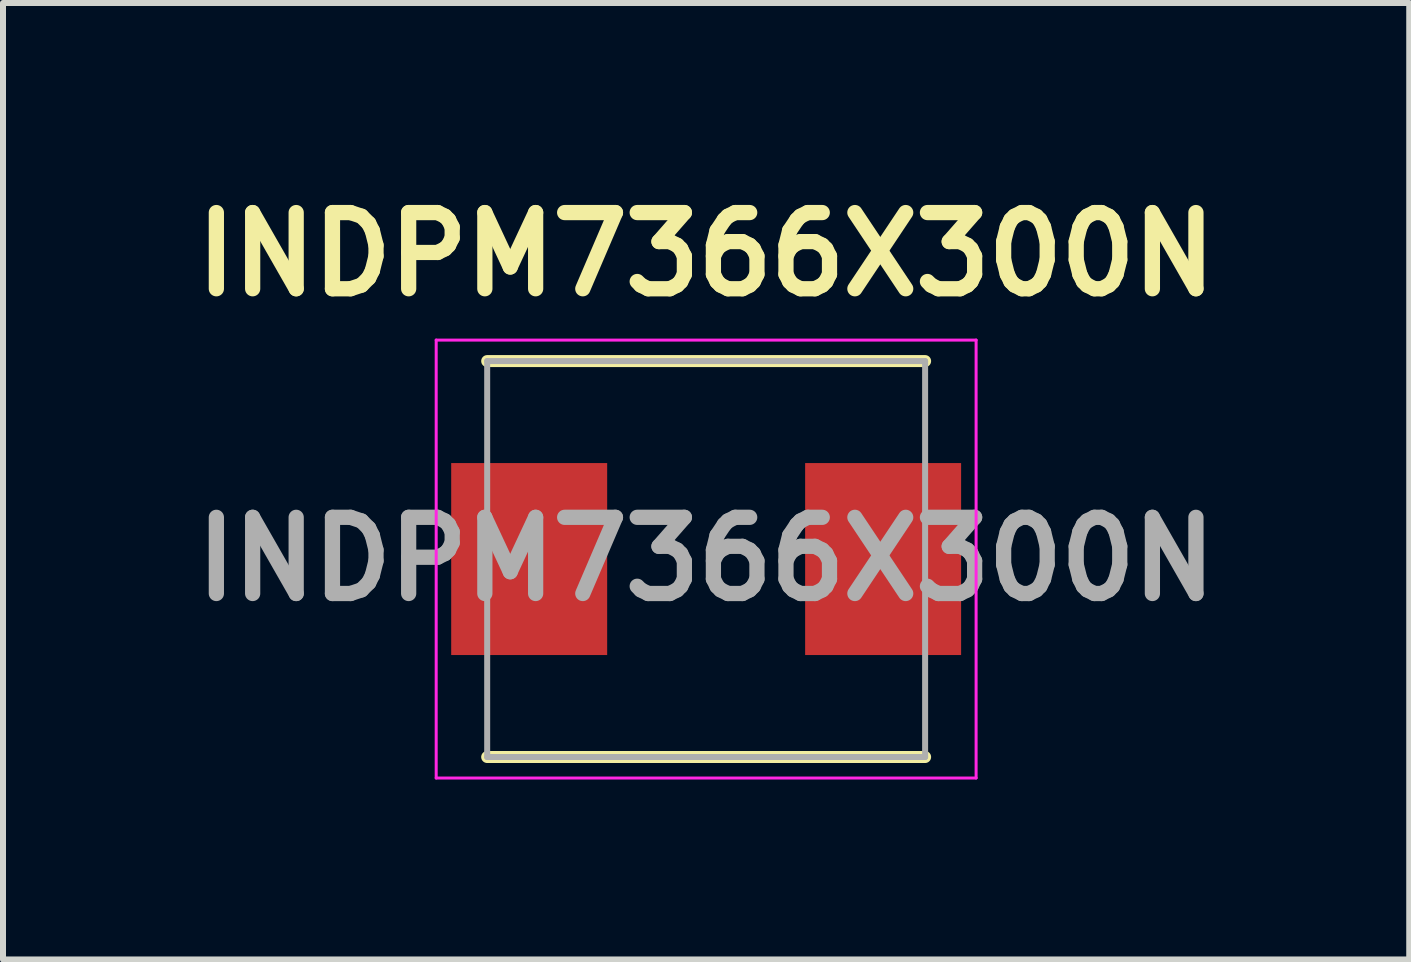
<source format=kicad_pcb>
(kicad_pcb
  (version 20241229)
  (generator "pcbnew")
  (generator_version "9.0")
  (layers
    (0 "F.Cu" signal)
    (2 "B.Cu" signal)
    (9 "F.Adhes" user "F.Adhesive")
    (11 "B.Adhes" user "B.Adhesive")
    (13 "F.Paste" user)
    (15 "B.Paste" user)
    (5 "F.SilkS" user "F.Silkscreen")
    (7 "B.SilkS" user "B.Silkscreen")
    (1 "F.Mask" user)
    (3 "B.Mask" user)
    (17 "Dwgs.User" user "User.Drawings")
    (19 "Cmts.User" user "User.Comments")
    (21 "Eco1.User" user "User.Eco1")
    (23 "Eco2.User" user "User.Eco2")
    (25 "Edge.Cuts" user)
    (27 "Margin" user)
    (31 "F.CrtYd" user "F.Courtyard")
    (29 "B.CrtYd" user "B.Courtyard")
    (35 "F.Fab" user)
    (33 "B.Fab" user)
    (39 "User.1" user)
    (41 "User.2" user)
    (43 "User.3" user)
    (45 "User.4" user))
  (footprint "INDPM7366X300N"
    (layer "F.Cu")
    (at 8.721 6.269)
    (property "Reference" "INDPM7366X300N" (at 0 -5.08 0) (layer "F.SilkS") (effects (font (size 1.27 1.27) (thickness 0.254))))
    (attr smd)
    (fp_line (start -3.65 3.3) (end 3.65 3.3) (stroke (width 0.2) (type solid)) (layer "F.SilkS"))
    (fp_line (start 3.65 -3.3) (end -3.65 -3.3) (stroke (width 0.2) (type solid)) (layer "F.SilkS"))
    (fp_line (start -4.5 -3.65) (end 4.5 -3.65) (stroke (width 0.05) (type solid)) (layer "F.CrtYd"))
    (fp_line (start -4.5 3.65) (end -4.5 -3.65) (stroke (width 0.05) (type solid)) (layer "F.CrtYd"))
    (fp_line (start 4.5 -3.65) (end 4.5 3.65) (stroke (width 0.05) (type solid)) (layer "F.CrtYd"))
    (fp_line (start 4.5 3.65) (end -4.5 3.65) (stroke (width 0.05) (type solid)) (layer "F.CrtYd"))
    (fp_line (start -3.65 -3.3) (end 3.65 -3.3) (stroke (width 0.1) (type solid)) (layer "F.Fab"))
    (fp_line (start -3.65 3.3) (end -3.65 -3.3) (stroke (width 0.1) (type solid)) (layer "F.Fab"))
    (fp_line (start 3.65 -3.3) (end 3.65 3.3) (stroke (width 0.1) (type solid)) (layer "F.Fab"))
    (fp_line (start 3.65 3.3) (end -3.65 3.3) (stroke (width 0.1) (type solid)) (layer "F.Fab"))
    (fp_text user "${REFERENCE}" (at 0 0 0) (layer "F.Fab") (effects (font (size 1.27 1.27) (thickness 0.254))))
    (pad "1" smd rect (at -2.95 0) (size 2.6 3.2) (layers "F.Cu" "F.Mask" "F.Paste"))
    (pad "2" smd rect (at 2.95 0) (size 2.6 3.2) (layers "F.Cu" "F.Mask" "F.Paste")))
  (gr_rect
    (start -3 -3)
    (end 20.441 12.944)
    (stroke (width 0.1) (type default))
    (fill no)
    (layer "Edge.Cuts")))
</source>
